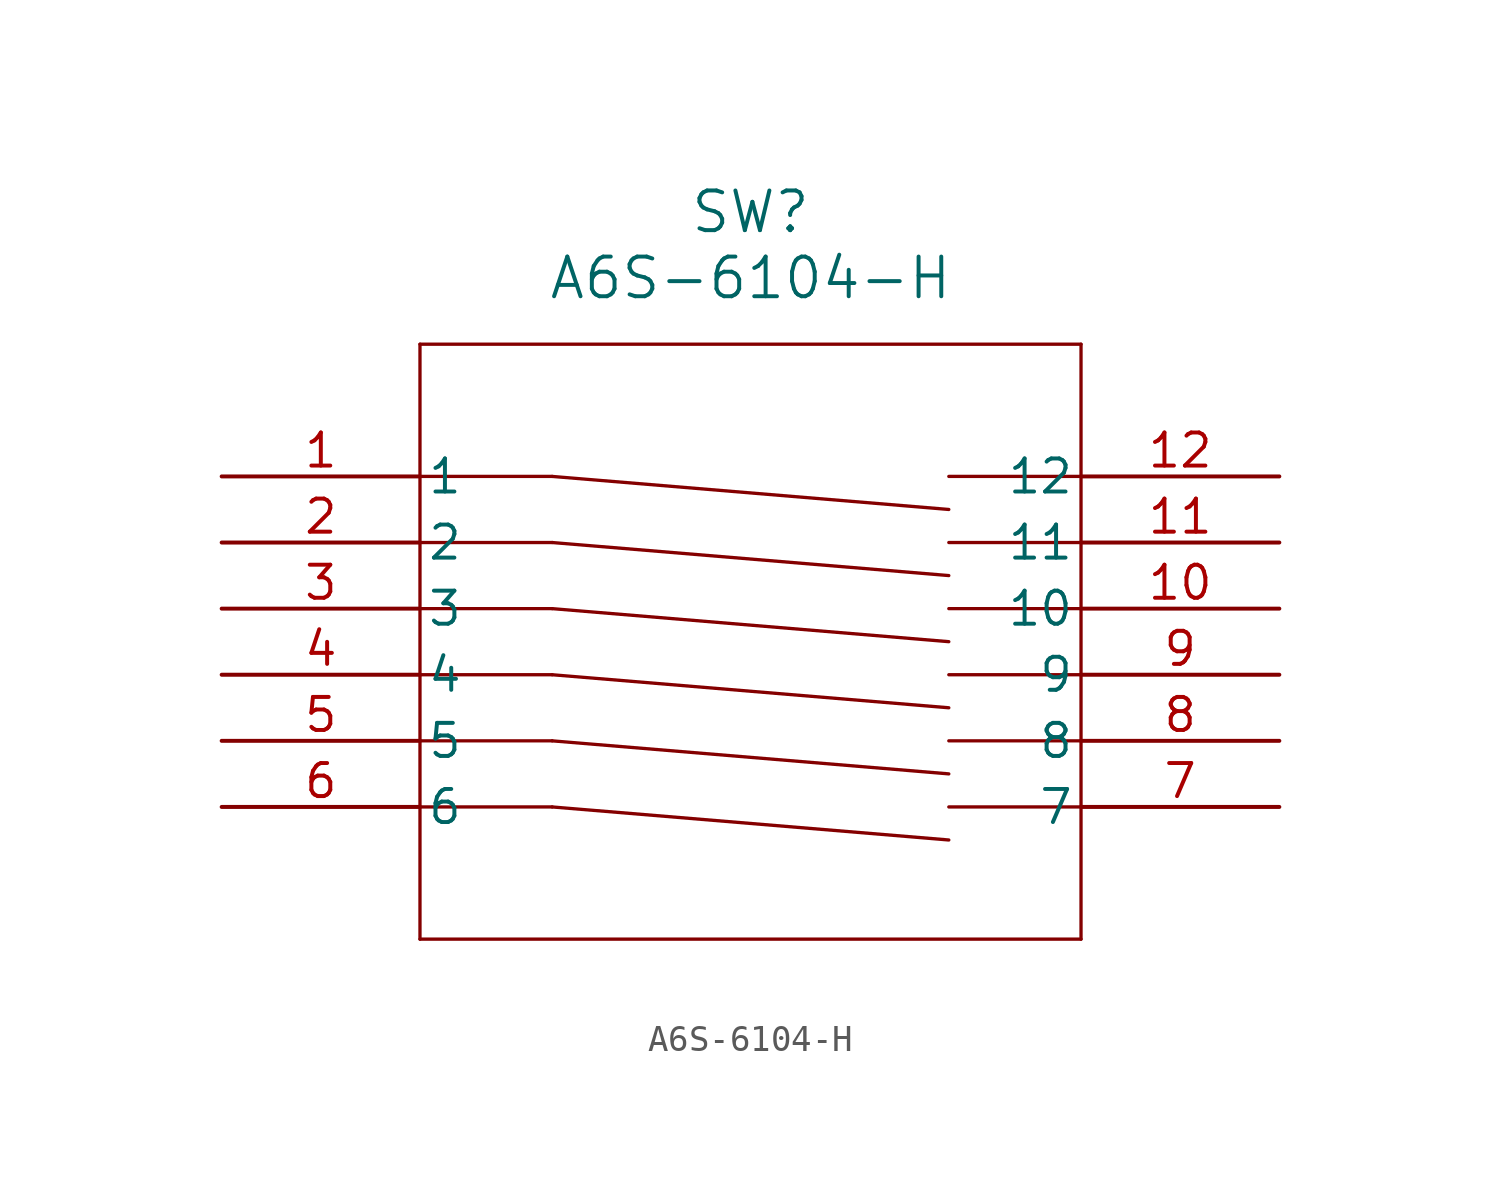
<source format=kicad_sym>
(kicad_symbol_lib
  (version 20211014)
  (generator kicad_symbol_editor)
  (symbol "A6S-6104-H"
    (pin_names
      (offset 0.254))
    (property "Reference" "SW"
      (at 20.32 10.16 0)
      (effects (font (size 1.524 1.524))))
    (property "Value" "A6S-6104-H"
      (at 20.32 7.62 0)
      (effects (font (size 1.524 1.524))))
    (symbol "A6S-6104-H_0_1"
      (polyline (pts (xy 7.62 5.08) (xy 7.62 -17.78)) (stroke (width 0.127) (type default) (color 0 0 0 0)) (fill (type none)))
      (polyline (pts (xy 7.62 -17.78) (xy 33.02 -17.78)) (stroke (width 0.127) (type default) (color 0 0 0 0)) (fill (type none)))
      (polyline (pts (xy 33.02 -17.78) (xy 33.02 5.08)) (stroke (width 0.127) (type default) (color 0 0 0 0)) (fill (type none)))
      (polyline (pts (xy 33.02 5.08) (xy 7.62 5.08)) (stroke (width 0.127) (type default) (color 0 0 0 0)) (fill (type none)))
      (polyline (pts (xy 7.62 0) (xy 12.7 0)) (stroke (width 0.127) (type default) (color 0 0 0 0)) (fill (type none)))
      (polyline (pts (xy 33.02 0) (xy 27.94 0)) (stroke (width 0.127) (type default) (color 0 0 0 0)) (fill (type none)))
      (polyline (pts (xy 12.7 0) (xy 27.94 -1.27)) (stroke (width 0.127) (type default) (color 0 0 0 0)) (fill (type none)))
      (polyline (pts (xy 7.62 -2.54) (xy 12.7 -2.54)) (stroke (width 0.127) (type default) (color 0 0 0 0)) (fill (type none)))
      (polyline (pts (xy 33.02 -2.54) (xy 27.94 -2.54)) (stroke (width 0.127) (type default) (color 0 0 0 0)) (fill (type none)))
      (polyline (pts (xy 12.7 -2.54) (xy 27.94 -3.81)) (stroke (width 0.127) (type default) (color 0 0 0 0)) (fill (type none)))
      (polyline (pts (xy 7.62 -5.08) (xy 12.7 -5.08)) (stroke (width 0.127) (type default) (color 0 0 0 0)) (fill (type none)))
      (polyline (pts (xy 33.02 -5.08) (xy 27.94 -5.08)) (stroke (width 0.127) (type default) (color 0 0 0 0)) (fill (type none)))
      (polyline (pts (xy 12.7 -5.08) (xy 27.94 -6.35)) (stroke (width 0.127) (type default) (color 0 0 0 0)) (fill (type none)))
      (polyline (pts (xy 7.62 -7.62) (xy 12.7 -7.62)) (stroke (width 0.127) (type default) (color 0 0 0 0)) (fill (type none)))
      (polyline (pts (xy 33.02 -7.62) (xy 27.94 -7.62)) (stroke (width 0.127) (type default) (color 0 0 0 0)) (fill (type none)))
      (polyline (pts (xy 12.7 -7.62) (xy 27.94 -8.89)) (stroke (width 0.127) (type default) (color 0 0 0 0)) (fill (type none)))
      (polyline (pts (xy 7.62 -10.16) (xy 12.7 -10.16)) (stroke (width 0.127) (type default) (color 0 0 0 0)) (fill (type none)))
      (polyline (pts (xy 33.02 -10.16) (xy 27.94 -10.16)) (stroke (width 0.127) (type default) (color 0 0 0 0)) (fill (type none)))
      (polyline (pts (xy 12.7 -10.16) (xy 27.94 -11.43)) (stroke (width 0.127) (type default) (color 0 0 0 0)) (fill (type none)))
      (polyline (pts (xy 7.62 -12.7) (xy 12.7 -12.7)) (stroke (width 0.127) (type default) (color 0 0 0 0)) (fill (type none)))
      (polyline (pts (xy 33.02 -12.7) (xy 27.94 -12.7)) (stroke (width 0.127) (type default) (color 0 0 0 0)) (fill (type none)))
      (polyline (pts (xy 12.7 -12.7) (xy 27.94 -13.97)) (stroke (width 0.127) (type default) (color 0 0 0 0)) (fill (type none)))
      (pin unspecified line (at 0 0 0) (length 7.62) (name "1" (effects (font (size 1.27 1.27)))) (number "1" (effects (font (size 1.27 1.27)))))
      (pin unspecified line (at 0 -2.54 0) (length 7.62) (name "2" (effects (font (size 1.27 1.27)))) (number "2" (effects (font (size 1.27 1.27)))))
      (pin unspecified line (at 0 -5.08 0) (length 7.62) (name "3" (effects (font (size 1.27 1.27)))) (number "3" (effects (font (size 1.27 1.27)))))
      (pin unspecified line (at 0 -7.62 0) (length 7.62) (name "4" (effects (font (size 1.27 1.27)))) (number "4" (effects (font (size 1.27 1.27)))))
      (pin unspecified line (at 0 -10.16 0) (length 7.62) (name "5" (effects (font (size 1.27 1.27)))) (number "5" (effects (font (size 1.27 1.27)))))
      (pin unspecified line (at 0 -12.7 0) (length 7.62) (name "6" (effects (font (size 1.27 1.27)))) (number "6" (effects (font (size 1.27 1.27)))))
      (pin unspecified line (at 40.64 -12.7 180) (length 7.62) (name "7" (effects (font (size 1.27 1.27)))) (number "7" (effects (font (size 1.27 1.27)))))
      (pin unspecified line (at 40.64 -10.16 180) (length 7.62) (name "8" (effects (font (size 1.27 1.27)))) (number "8" (effects (font (size 1.27 1.27)))))
      (pin unspecified line (at 40.64 -7.62 180) (length 7.62) (name "9" (effects (font (size 1.27 1.27)))) (number "9" (effects (font (size 1.27 1.27)))))
      (pin unspecified line (at 40.64 -5.08 180) (length 7.62) (name "10" (effects (font (size 1.27 1.27)))) (number "10" (effects (font (size 1.27 1.27)))))
      (pin unspecified line (at 40.64 -2.54 180) (length 7.62) (name "11" (effects (font (size 1.27 1.27)))) (number "11" (effects (font (size 1.27 1.27)))))
      (pin unspecified line (at 40.64 0 180) (length 7.62) (name "12" (effects (font (size 1.27 1.27)))) (number "12" (effects (font (size 1.27 1.27))))))))
</source>
